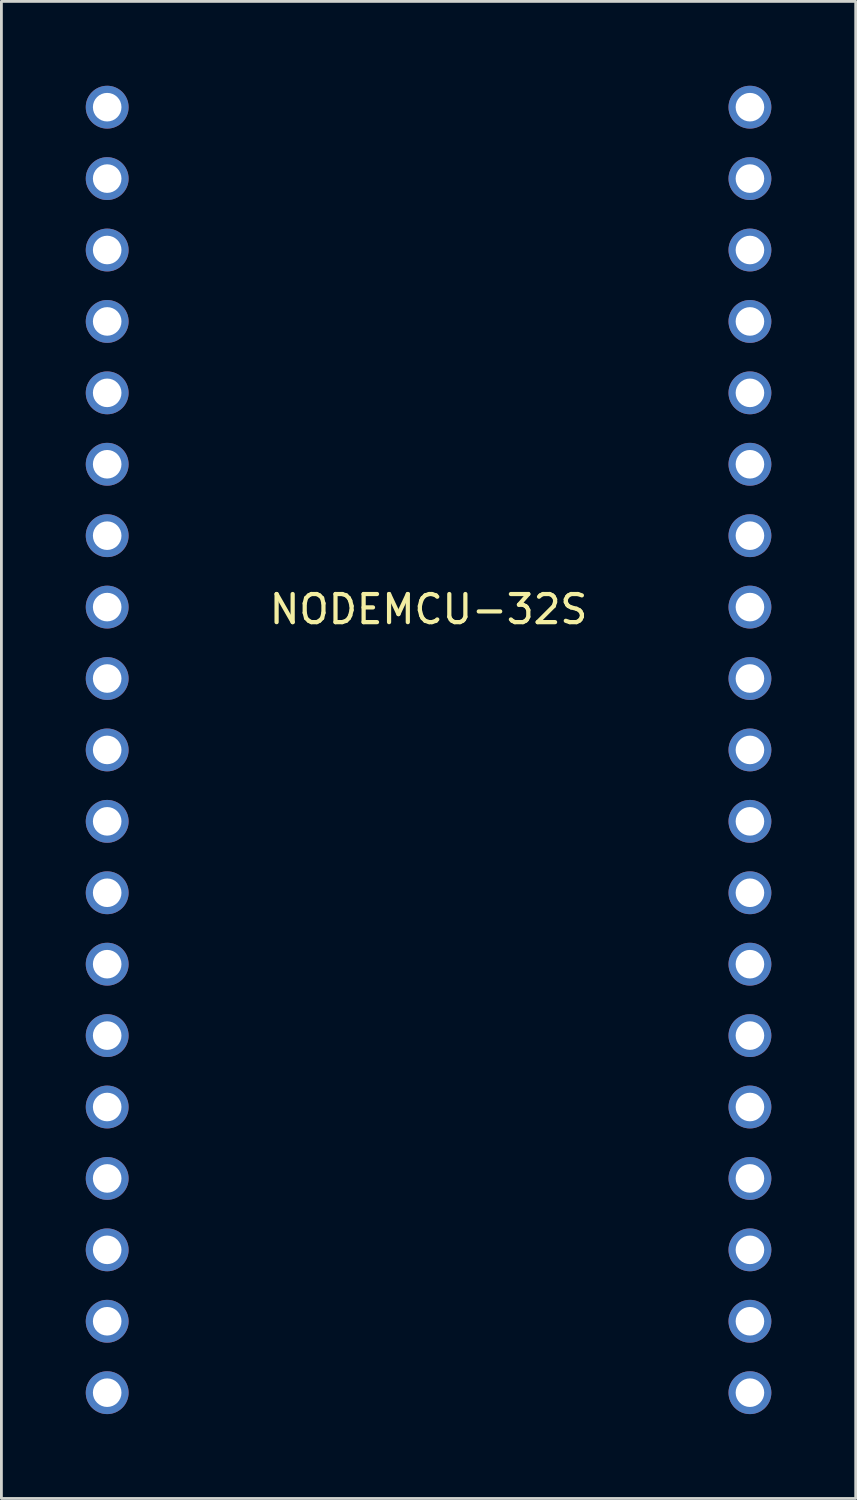
<source format=kicad_pcb>
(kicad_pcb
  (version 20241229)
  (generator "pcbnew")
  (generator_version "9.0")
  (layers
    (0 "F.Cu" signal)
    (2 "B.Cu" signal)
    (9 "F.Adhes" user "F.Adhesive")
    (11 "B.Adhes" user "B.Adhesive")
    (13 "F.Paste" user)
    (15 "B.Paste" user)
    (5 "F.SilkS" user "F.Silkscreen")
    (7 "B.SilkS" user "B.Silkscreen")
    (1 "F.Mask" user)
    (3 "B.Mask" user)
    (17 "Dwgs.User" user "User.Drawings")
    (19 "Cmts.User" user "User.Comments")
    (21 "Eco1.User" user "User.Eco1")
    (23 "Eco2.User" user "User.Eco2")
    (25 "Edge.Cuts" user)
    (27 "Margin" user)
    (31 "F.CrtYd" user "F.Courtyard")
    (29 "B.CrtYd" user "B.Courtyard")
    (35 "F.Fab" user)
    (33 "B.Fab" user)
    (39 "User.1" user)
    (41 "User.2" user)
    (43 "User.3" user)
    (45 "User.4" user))
  (footprint "NODEMCU-32S"
    (layer "F.Cu")
    (at 12.192 23.622)
    (property "Reference" "NODEMCU-32S" (at 0 -5 0) (layer "F.SilkS") (effects (font (size 1 1) (thickness 0.15))))
    (attr through_hole)
    (pad "1" thru_hole circle (at -11.43 22.86) (size 1.524 1.524) (drill 1.016) (layers "*.Cu" "*.Mask"))
    (pad "2" thru_hole circle (at -11.43 -22.86) (size 1.524 1.524) (drill 1.016) (layers "*.Cu" "*.Mask"))
    (pad "3" thru_hole circle (at -11.43 20.32) (size 1.524 1.524) (drill 1.016) (layers "*.Cu" "*.Mask"))
    (pad "4" thru_hole circle (at 11.43 22.86) (size 1.524 1.524) (drill 1.016) (layers "*.Cu" "*.Mask"))
    (pad "5" thru_hole circle (at 11.43 7.62) (size 1.524 1.524) (drill 1.016) (layers "*.Cu" "*.Mask"))
    (pad "6" thru_hole circle (at -11.43 -10.16) (size 1.524 1.524) (drill 1.016) (layers "*.Cu" "*.Mask"))
    (pad "7" thru_hole circle (at 11.43 -10.16) (size 1.524 1.524) (drill 1.016) (layers "*.Cu" "*.Mask"))
    (pad "8" thru_hole circle (at -11.43 -17.78) (size 1.524 1.524) (drill 1.016) (layers "*.Cu" "*.Mask"))
    (pad "9" thru_hole circle (at -11.43 -20.32) (size 1.524 1.524) (drill 1.016) (layers "*.Cu" "*.Mask"))
    (pad "10" thru_hole circle (at -11.43 -7.62) (size 1.524 1.524) (drill 1.016) (layers "*.Cu" "*.Mask"))
    (pad "11" thru_hole circle (at -11.43 -12.7) (size 1.524 1.524) (drill 1.016) (layers "*.Cu" "*.Mask"))
    (pad "12" thru_hole circle (at -11.43 -5.08) (size 1.524 1.524) (drill 1.016) (layers "*.Cu" "*.Mask"))
    (pad "13" thru_hole circle (at 11.43 -15.24) (size 1.524 1.524) (drill 1.016) (layers "*.Cu" "*.Mask"))
    (pad "14" thru_hole circle (at 11.43 -5.08) (size 1.524 1.524) (drill 1.016) (layers "*.Cu" "*.Mask"))
    (pad "15" thru_hole circle (at 11.43 -2.54) (size 1.524 1.524) (drill 1.016) (layers "*.Cu" "*.Mask"))
    (pad "16" thru_hole circle (at 11.43 2.54) (size 1.524 1.524) (drill 1.016) (layers "*.Cu" "*.Mask"))
    (pad "17" thru_hole circle (at 11.43 5.08) (size 1.524 1.524) (drill 1.016) (layers "*.Cu" "*.Mask"))
    (pad "18" thru_hole circle (at 11.43 -12.7) (size 1.524 1.524) (drill 1.016) (layers "*.Cu" "*.Mask"))
    (pad "19" thru_hole circle (at 11.43 10.16) (size 1.524 1.524) (drill 1.016) (layers "*.Cu" "*.Mask"))
    (pad "20" thru_hole circle (at 11.43 17.78) (size 1.524 1.524) (drill 1.016) (layers "*.Cu" "*.Mask"))
    (pad "21" thru_hole circle (at 11.43 20.32) (size 1.524 1.524) (drill 1.016) (layers "*.Cu" "*.Mask"))
    (pad "22" thru_hole circle (at -11.43 2.54) (size 1.524 1.524) (drill 1.016) (layers "*.Cu" "*.Mask"))
    (pad "23" thru_hole circle (at -11.43 0) (size 1.524 1.524) (drill 1.016) (layers "*.Cu" "*.Mask"))
    (pad "24" thru_hole circle (at -11.43 -2.54) (size 1.524 1.524) (drill 1.016) (layers "*.Cu" "*.Mask"))
    (pad "25" thru_hole circle (at -11.43 7.62) (size 1.524 1.524) (drill 1.016) (layers "*.Cu" "*.Mask"))
    (pad "26" thru_hole circle (at -11.43 5.08) (size 1.524 1.524) (drill 1.016) (layers "*.Cu" "*.Mask"))
    (pad "27" thru_hole circle (at -11.43 12.7) (size 1.524 1.524) (drill 1.016) (layers "*.Cu" "*.Mask"))
    (pad "28" thru_hole circle (at -11.43 10.16) (size 1.524 1.524) (drill 1.016) (layers "*.Cu" "*.Mask"))
    (pad "29" thru_hole circle (at -11.43 17.78) (size 1.524 1.524) (drill 1.016) (layers "*.Cu" "*.Mask"))
    (pad "30" thru_hole circle (at -11.43 15.24) (size 1.524 1.524) (drill 1.016) (layers "*.Cu" "*.Mask"))
    (pad "31" thru_hole circle (at 11.43 -7.62) (size 1.524 1.524) (drill 1.016) (layers "*.Cu" "*.Mask"))
    (pad "32" thru_hole circle (at 11.43 0) (size 1.524 1.524) (drill 1.016) (layers "*.Cu" "*.Mask"))
    (pad "33" thru_hole circle (at 11.43 -22.86) (size 1.524 1.524) (drill 1.016) (layers "*.Cu" "*.Mask"))
    (pad "34" thru_hole circle (at 11.43 -20.32) (size 1.524 1.524) (drill 1.016) (layers "*.Cu" "*.Mask"))
    (pad "35" thru_hole circle (at 11.43 -17.78) (size 1.524 1.524) (drill 1.016) (layers "*.Cu" "*.Mask"))
    (pad "36" thru_hole circle (at -11.43 -15.24) (size 1.524 1.524) (drill 1.016) (layers "*.Cu" "*.Mask"))
    (pad "37" thru_hole circle (at 11.43 12.7) (size 1.524 1.524) (drill 1.016) (layers "*.Cu" "*.Mask"))
    (pad "38" thru_hole circle (at 11.43 15.24) (size 1.524 1.524) (drill 1.016) (layers "*.Cu" "*.Mask")))
  (gr_rect
    (start -3 -3)
    (end 27.384 50.244)
    (stroke (width 0.1) (type default))
    (fill no)
    (layer "Edge.Cuts")))
</source>
